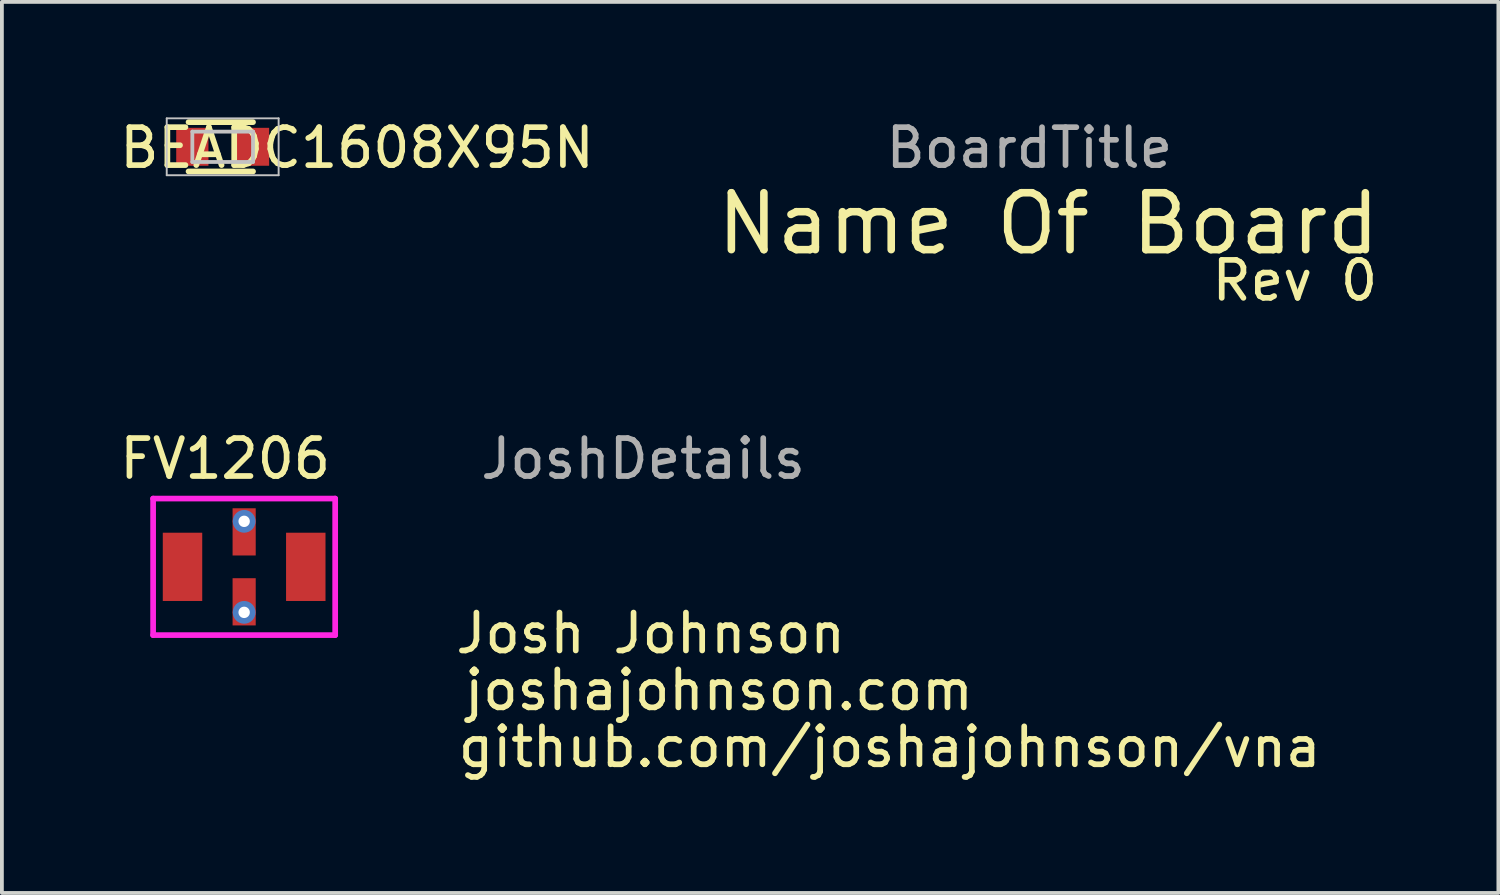
<source format=kicad_pcb>
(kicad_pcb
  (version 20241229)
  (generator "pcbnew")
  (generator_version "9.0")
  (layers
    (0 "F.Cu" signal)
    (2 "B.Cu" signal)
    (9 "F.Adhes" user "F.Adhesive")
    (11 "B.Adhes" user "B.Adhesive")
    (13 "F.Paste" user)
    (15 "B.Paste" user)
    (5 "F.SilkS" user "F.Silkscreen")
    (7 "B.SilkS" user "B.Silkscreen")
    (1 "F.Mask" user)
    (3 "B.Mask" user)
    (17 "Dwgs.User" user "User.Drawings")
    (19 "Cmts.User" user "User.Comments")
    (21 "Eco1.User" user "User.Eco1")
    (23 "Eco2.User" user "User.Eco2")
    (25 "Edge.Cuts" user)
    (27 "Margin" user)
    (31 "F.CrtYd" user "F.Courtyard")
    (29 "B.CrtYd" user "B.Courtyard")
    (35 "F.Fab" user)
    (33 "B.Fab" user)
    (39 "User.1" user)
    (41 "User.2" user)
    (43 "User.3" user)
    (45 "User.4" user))
  (footprint "BEADC1608X95N"
    (layer "F.Cu")
    (at 2.821 0.82)
    (property "Reference" "BEADC1608X95N" (at 3.542 0.028 0) (layer "F.SilkS") (effects (font (size 1 1) (thickness 0.15))))
    (attr smd)
    (fp_line (start -0.9 -0.65) (end 0.8 -0.65) (stroke (width 0.15) (type solid)) (layer "F.SilkS"))
    (fp_line (start -0.9 0.65) (end 0.8 0.65) (stroke (width 0.15) (type solid)) (layer "F.SilkS"))
    (fp_line (start -1.475 -0.75) (end 1.475 -0.75) (stroke (width 0.05) (type solid)) (layer "Dwgs.User"))
    (fp_line (start -1.475 0.75) (end -1.475 -0.75) (stroke (width 0.05) (type solid)) (layer "Dwgs.User"))
    (fp_line (start -0.8 -0.4) (end 0.8 -0.4) (stroke (width 0.1) (type solid)) (layer "Dwgs.User"))
    (fp_line (start -0.8 0.4) (end -0.8 -0.4) (stroke (width 0.1) (type solid)) (layer "Dwgs.User"))
    (fp_line (start 0.8 -0.4) (end 0.8 0.4) (stroke (width 0.1) (type solid)) (layer "Dwgs.User"))
    (fp_line (start 0.8 0.4) (end -0.8 0.4) (stroke (width 0.1) (type solid)) (layer "Dwgs.User"))
    (fp_line (start 1.475 -0.75) (end 1.475 0.75) (stroke (width 0.05) (type solid)) (layer "Dwgs.User"))
    (fp_line (start 1.475 0.75) (end -1.475 0.75) (stroke (width 0.05) (type solid)) (layer "Dwgs.User"))
    (pad "1" smd rect (at -0.8 0) (size 0.85 1) (layers "F.Cu" "F.Mask" "F.Paste"))
    (pad "2" smd rect (at 0.8 0) (size 0.85 1) (layers "F.Cu" "F.Mask" "F.Paste")))
  (footprint "BoardTitle"
    (layer "F.Cu")
    (at 24.09 0.348)
    (property "Reference" "BoardTitle" (at 0 0.5 0) (layer "F.Fab") (effects (font (size 1 1) (thickness 0.15))))
    (attr through_hole)
    (fp_text user "Rev 0" (at 7 4 0) (layer "F.SilkS") (effects (font (size 1 1) (thickness 0.15))))
    (fp_text user "Name Of Board" (at 0.5 2.5 0) (layer "F.SilkS") (effects (font (size 1.5 1.5) (thickness 0.2)))))
  (footprint "JoshDetails"
    (layer "F.Cu")
    (at 13.906 14.645)
    (property "Reference" "JoshDetails" (at 0 -5.6 0) (layer "F.Fab") (effects (font (size 1 1) (thickness 0.15))))
    (attr through_hole)
    (fp_text user "joshajohnson.com" (at 2 0.5 0) (layer "F.SilkS") (effects (font (size 1 1) (thickness 0.15))))
    (fp_text user "Josh Johnson" (at 0.2 -1 180) (layer "F.SilkS") (effects (font (size 1 1) (thickness 0.15))))
    (fp_text user "github.com/joshajohnson/vna" (at 6.5 2 0) (layer "F.SilkS") (effects (font (size 1 1) (thickness 0.15)))))
  (footprint "FV1206"
    (layer "F.Cu")
    (at 3.387 11.895)
    (property "Reference" "FV1206" (at -0.5 -2.85 0) (layer "F.SilkS") (effects (font (size 1 1) (thickness 0.15))))
    (attr through_hole)
    (fp_line (start -2.4 -1.8) (end 2.4 -1.8) (stroke (width 0.15) (type solid)) (layer "F.CrtYd"))
    (fp_line (start -2.4 1.8) (end -2.4 -1.8) (stroke (width 0.15) (type solid)) (layer "F.CrtYd"))
    (fp_line (start 2.4 -1.8) (end 2.4 1.8) (stroke (width 0.15) (type solid)) (layer "F.CrtYd"))
    (fp_line (start 2.4 1.8) (end -2.4 1.8) (stroke (width 0.15) (type solid)) (layer "F.CrtYd"))
    (pad "1" smd rect (at -1.625 0) (size 1.04 1.8) (layers "F.Cu" "F.Mask" "F.Paste"))
    (pad "2" smd rect (at 1.625 0) (size 1.04 1.8) (layers "F.Cu" "F.Mask" "F.Paste"))
    (pad "3" thru_hole circle (at 0 -1.2) (size 0.6 0.6) (drill 0.3) (layers "*.Cu" "*.Mask"))
    (pad "3" smd rect (at 0 -0.922) (size 0.61 1.245) (layers "F.Cu" "F.Mask" "F.Paste"))
    (pad "4" smd rect (at 0 0.922) (size 0.61 1.245) (layers "F.Cu" "F.Mask" "F.Paste"))
    (pad "4" thru_hole circle (at 0 1.2) (size 0.6 0.6) (drill 0.3) (layers "*.Cu" "*.Mask")))
  (gr_rect
    (start -3 -3)
    (end 36.455 20.493)
    (stroke (width 0.1) (type default))
    (fill no)
    (layer "Edge.Cuts")))
</source>
